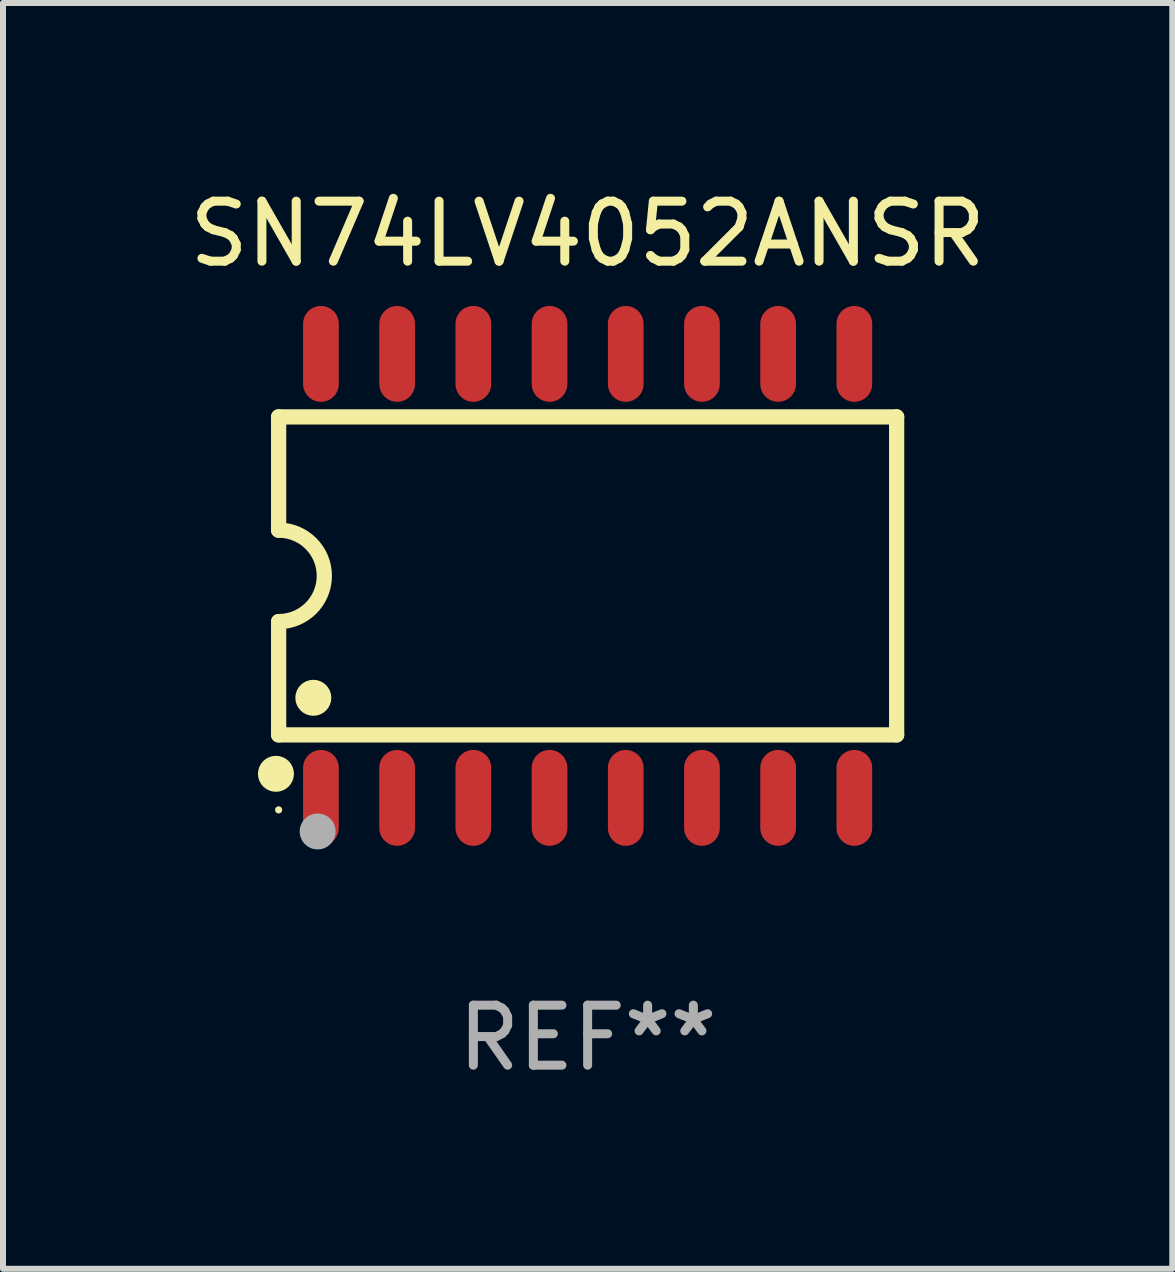
<source format=kicad_pcb>
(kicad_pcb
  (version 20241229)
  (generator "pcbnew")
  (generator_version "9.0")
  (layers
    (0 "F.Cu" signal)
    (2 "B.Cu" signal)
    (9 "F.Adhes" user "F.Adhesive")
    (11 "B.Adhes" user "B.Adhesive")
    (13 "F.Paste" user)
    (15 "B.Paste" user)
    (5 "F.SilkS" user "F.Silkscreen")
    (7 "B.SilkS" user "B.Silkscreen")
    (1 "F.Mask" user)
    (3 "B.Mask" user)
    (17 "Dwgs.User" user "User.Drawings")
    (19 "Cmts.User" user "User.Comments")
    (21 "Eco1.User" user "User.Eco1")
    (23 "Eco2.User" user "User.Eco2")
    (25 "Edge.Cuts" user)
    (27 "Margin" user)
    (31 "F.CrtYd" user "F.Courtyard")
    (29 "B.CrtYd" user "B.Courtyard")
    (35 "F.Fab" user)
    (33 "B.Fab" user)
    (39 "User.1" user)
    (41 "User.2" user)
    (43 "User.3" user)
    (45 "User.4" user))
  (footprint "SN74LV4052ANSR"
    (layer "F.Cu")
    (at 6.744 6.548)
    (property "Reference" "SN74LV4052ANSR" (at 0 -5.7 0) (layer "F.SilkS") (effects (font (size 1 1) (thickness 0.15))))
    (attr through_hole)
    (fp_line (start -5.15 -2.65) (end -5.15 -0.762) (stroke (width 0.254) (type solid)) (layer "F.SilkS"))
    (fp_line (start -5.15 -2.65) (end 5.15 -2.65) (stroke (width 0.254) (type solid)) (layer "F.SilkS"))
    (fp_line (start -5.15 2.65) (end -5.15 0.762) (stroke (width 0.254) (type solid)) (layer "F.SilkS"))
    (fp_line (start 5.15 -2.65) (end 5.15 2.65) (stroke (width 0.254) (type solid)) (layer "F.SilkS"))
    (fp_line (start 5.15 2.65) (end -5.15 2.65) (stroke (width 0.254) (type solid)) (layer "F.SilkS"))
    (fp_arc (start -5.151131 -0.762003) (mid -4.389128 -0.000559) (end -5.150013 0.762002) (stroke (width 0.254001) (type solid)) (layer "F.SilkS"))
    (fp_circle (center -5.195 3.299) (end -5.045 3.299) (stroke (width 0.3) (type solid)) (fill no) (layer "F.SilkS"))
    (fp_circle (center -5.15 3.9) (end -5.12 3.9) (stroke (width 0.06) (type solid)) (fill no) (layer "F.SilkS"))
    (fp_circle (center -4.572 2.032) (end -4.422 2.032) (stroke (width 0.3) (type solid)) (fill no) (layer "F.SilkS"))
    (fp_circle (center -4.5 4.26) (end -4.35 4.26) (stroke (width 0.3) (type solid)) (fill no) (layer "F.Fab"))
    (fp_text user "REF**" (at 0 7.7 0) (layer "F.Fab") (effects (font (size 1 1) (thickness 0.15))))
    (pad "1" smd oval (at -4.445 3.7) (size 0.595 1.598) (layers "F.Cu" "F.Mask" "F.Paste"))
    (pad "2" smd oval (at -3.175 3.7) (size 0.595 1.598) (layers "F.Cu" "F.Mask" "F.Paste"))
    (pad "3" smd oval (at -1.905 3.7) (size 0.595 1.598) (layers "F.Cu" "F.Mask" "F.Paste"))
    (pad "4" smd oval (at -0.635 3.7) (size 0.595 1.598) (layers "F.Cu" "F.Mask" "F.Paste"))
    (pad "5" smd oval (at 0.635 3.7) (size 0.595 1.598) (layers "F.Cu" "F.Mask" "F.Paste"))
    (pad "6" smd oval (at 1.905 3.7) (size 0.595 1.598) (layers "F.Cu" "F.Mask" "F.Paste"))
    (pad "7" smd oval (at 3.175 3.7) (size 0.595 1.598) (layers "F.Cu" "F.Mask" "F.Paste"))
    (pad "8" smd oval (at 4.445 3.7) (size 0.595 1.598) (layers "F.Cu" "F.Mask" "F.Paste"))
    (pad "9" smd oval (at 4.445 -3.7) (size 0.595 1.598) (layers "F.Cu" "F.Mask" "F.Paste"))
    (pad "10" smd oval (at 3.175 -3.7) (size 0.595 1.598) (layers "F.Cu" "F.Mask" "F.Paste"))
    (pad "11" smd oval (at 1.905 -3.7) (size 0.595 1.598) (layers "F.Cu" "F.Mask" "F.Paste"))
    (pad "12" smd oval (at 0.635 -3.7) (size 0.595 1.598) (layers "F.Cu" "F.Mask" "F.Paste"))
    (pad "13" smd oval (at -0.635 -3.7) (size 0.595 1.598) (layers "F.Cu" "F.Mask" "F.Paste"))
    (pad "14" smd oval (at -1.905 -3.7) (size 0.595 1.598) (layers "F.Cu" "F.Mask" "F.Paste"))
    (pad "15" smd oval (at -3.175 -3.7) (size 0.595 1.598) (layers "F.Cu" "F.Mask" "F.Paste"))
    (pad "16" smd oval (at -4.445 -3.7) (size 0.595 1.598) (layers "F.Cu" "F.Mask" "F.Paste")))
  (gr_rect
    (start -3 -3)
    (end 16.488 18.097)
    (stroke (width 0.1) (type default))
    (fill no)
    (layer "Edge.Cuts")))
</source>
